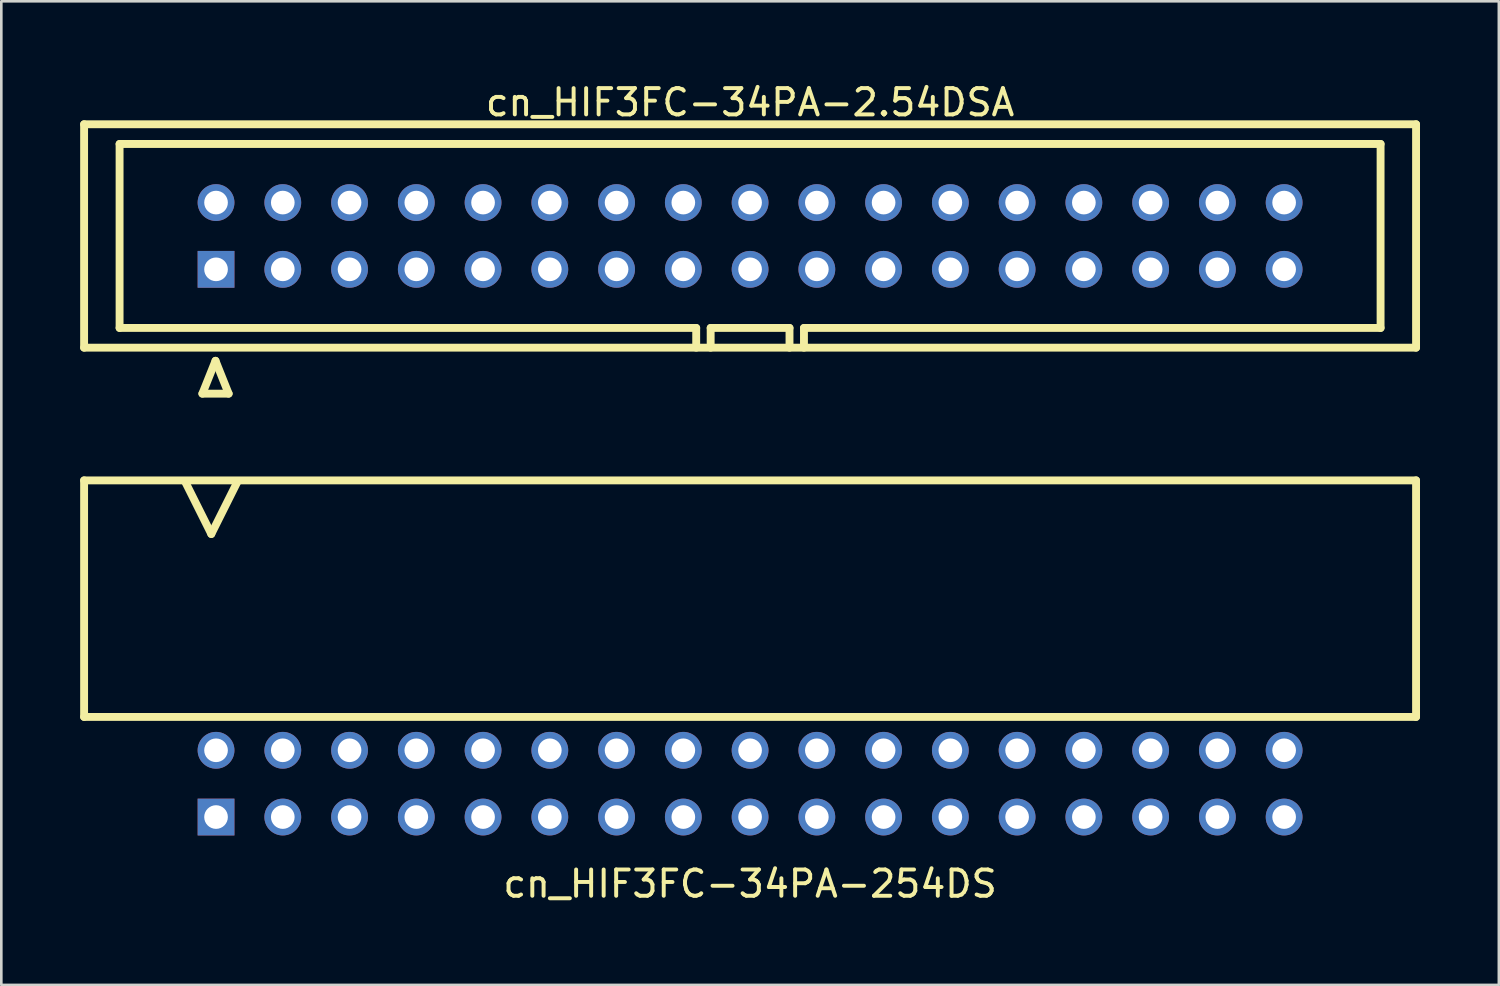
<source format=kicad_pcb>
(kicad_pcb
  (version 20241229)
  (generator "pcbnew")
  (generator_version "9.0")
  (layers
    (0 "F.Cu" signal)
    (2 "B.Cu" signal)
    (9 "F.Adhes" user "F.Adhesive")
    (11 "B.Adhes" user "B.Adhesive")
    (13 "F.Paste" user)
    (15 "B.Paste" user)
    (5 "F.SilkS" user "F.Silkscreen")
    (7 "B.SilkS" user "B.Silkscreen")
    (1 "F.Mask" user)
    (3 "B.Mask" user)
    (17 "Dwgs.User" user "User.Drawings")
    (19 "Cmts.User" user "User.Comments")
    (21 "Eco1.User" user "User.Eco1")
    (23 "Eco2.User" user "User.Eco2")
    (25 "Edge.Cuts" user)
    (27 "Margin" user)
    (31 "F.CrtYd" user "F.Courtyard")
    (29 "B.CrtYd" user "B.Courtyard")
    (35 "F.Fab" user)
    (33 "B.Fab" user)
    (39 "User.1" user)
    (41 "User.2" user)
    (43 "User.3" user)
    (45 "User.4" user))
  (footprint "cn_HIF3FC-34PA-254DS"
    (layer "F.Cu")
    (at 25.49 26.768)
    (property "Reference" "cn_HIF3FC-34PA-254DS" (at 0 3.81 0) (layer "F.SilkS") (effects (font (size 1 1) (thickness 0.15))))
    (attr through_hole)
    (fp_line (start -25.34 -11.54) (end -25.34 -2.54) (stroke (width 0.3) (type solid)) (layer "F.SilkS"))
    (fp_line (start -25.34 -2.54) (end 25.34 -2.54) (stroke (width 0.3) (type solid)) (layer "F.SilkS"))
    (fp_line (start -21.5 -11.5) (end -20.5 -9.5) (stroke (width 0.3) (type solid)) (layer "F.SilkS"))
    (fp_line (start -20.5 -9.5) (end -19.5 -11.5) (stroke (width 0.3) (type solid)) (layer "F.SilkS"))
    (fp_line (start 25.34 -11.54) (end -25.34 -11.54) (stroke (width 0.3) (type solid)) (layer "F.SilkS"))
    (fp_line (start 25.34 -2.54) (end 25.34 -11.54) (stroke (width 0.3) (type solid)) (layer "F.SilkS"))
    (pad "1" thru_hole rect (at -20.32 1.27) (size 1.4 1.4) (drill 0.9) (layers "*.Cu" "*.Mask"))
    (pad "2" thru_hole circle (at -20.32 -1.27) (size 1.4 1.4) (drill 0.9) (layers "*.Cu" "*.Mask"))
    (pad "3" thru_hole circle (at -17.78 1.27) (size 1.4 1.4) (drill 0.9) (layers "*.Cu" "*.Mask"))
    (pad "4" thru_hole circle (at -17.78 -1.27) (size 1.4 1.4) (drill 0.9) (layers "*.Cu" "*.Mask"))
    (pad "5" thru_hole circle (at -15.24 1.27) (size 1.4 1.4) (drill 0.9) (layers "*.Cu" "*.Mask"))
    (pad "6" thru_hole circle (at -15.24 -1.27) (size 1.4 1.4) (drill 0.9) (layers "*.Cu" "*.Mask"))
    (pad "7" thru_hole circle (at -12.7 1.27) (size 1.4 1.4) (drill 0.9) (layers "*.Cu" "*.Mask"))
    (pad "8" thru_hole circle (at -12.7 -1.27) (size 1.4 1.4) (drill 0.9) (layers "*.Cu" "*.Mask"))
    (pad "9" thru_hole circle (at -10.16 1.27) (size 1.4 1.4) (drill 0.9) (layers "*.Cu" "*.Mask"))
    (pad "10" thru_hole circle (at -10.16 -1.27) (size 1.4 1.4) (drill 0.9) (layers "*.Cu" "*.Mask"))
    (pad "11" thru_hole circle (at -7.62 1.27) (size 1.4 1.4) (drill 0.9) (layers "*.Cu" "*.Mask"))
    (pad "12" thru_hole circle (at -7.62 -1.27) (size 1.4 1.4) (drill 0.9) (layers "*.Cu" "*.Mask"))
    (pad "13" thru_hole circle (at -5.08 1.27) (size 1.4 1.4) (drill 0.9) (layers "*.Cu" "*.Mask"))
    (pad "14" thru_hole circle (at -5.08 -1.27) (size 1.4 1.4) (drill 0.9) (layers "*.Cu" "*.Mask"))
    (pad "15" thru_hole circle (at -2.54 1.27) (size 1.4 1.4) (drill 0.9) (layers "*.Cu" "*.Mask"))
    (pad "16" thru_hole circle (at -2.54 -1.27) (size 1.4 1.4) (drill 0.9) (layers "*.Cu" "*.Mask"))
    (pad "17" thru_hole circle (at 0 1.27) (size 1.4 1.4) (drill 0.9) (layers "*.Cu" "*.Mask"))
    (pad "18" thru_hole circle (at 0 -1.27) (size 1.4 1.4) (drill 0.9) (layers "*.Cu" "*.Mask"))
    (pad "19" thru_hole circle (at 2.54 1.27) (size 1.4 1.4) (drill 0.9) (layers "*.Cu" "*.Mask"))
    (pad "20" thru_hole circle (at 2.54 -1.27) (size 1.4 1.4) (drill 0.9) (layers "*.Cu" "*.Mask"))
    (pad "21" thru_hole circle (at 5.08 1.27) (size 1.4 1.4) (drill 0.9) (layers "*.Cu" "*.Mask"))
    (pad "22" thru_hole circle (at 5.08 -1.27) (size 1.4 1.4) (drill 0.9) (layers "*.Cu" "*.Mask"))
    (pad "23" thru_hole circle (at 7.62 1.27) (size 1.4 1.4) (drill 0.9) (layers "*.Cu" "*.Mask"))
    (pad "24" thru_hole circle (at 7.62 -1.27) (size 1.4 1.4) (drill 0.9) (layers "*.Cu" "*.Mask"))
    (pad "25" thru_hole circle (at 10.16 1.27) (size 1.4 1.4) (drill 0.9) (layers "*.Cu" "*.Mask"))
    (pad "26" thru_hole circle (at 10.16 -1.27) (size 1.4 1.4) (drill 0.9) (layers "*.Cu" "*.Mask"))
    (pad "27" thru_hole circle (at 12.7 1.27) (size 1.4 1.4) (drill 0.9) (layers "*.Cu" "*.Mask"))
    (pad "28" thru_hole circle (at 12.7 -1.27) (size 1.4 1.4) (drill 0.9) (layers "*.Cu" "*.Mask"))
    (pad "29" thru_hole circle (at 15.24 1.27) (size 1.4 1.4) (drill 0.9) (layers "*.Cu" "*.Mask"))
    (pad "30" thru_hole circle (at 15.24 -1.27) (size 1.4 1.4) (drill 0.9) (layers "*.Cu" "*.Mask"))
    (pad "31" thru_hole circle (at 17.78 1.27) (size 1.4 1.4) (drill 0.9) (layers "*.Cu" "*.Mask"))
    (pad "32" thru_hole circle (at 17.78 -1.27) (size 1.4 1.4) (drill 0.9) (layers "*.Cu" "*.Mask"))
    (pad "33" thru_hole circle (at 20.32 1.27) (size 1.4 1.4) (drill 0.9) (layers "*.Cu" "*.Mask"))
    (pad "34" thru_hole circle (at 20.32 -1.27) (size 1.4 1.4) (drill 0.9) (layers "*.Cu" "*.Mask")))
  (footprint "cn_HIF3FC-34PA-2.54DSA"
    (layer "F.Cu")
    (at 25.49 5.928)
    (property "Reference" "cn_HIF3FC-34PA-2.54DSA" (at 0 -5.08 0) (layer "F.SilkS") (effects (font (size 1 1) (thickness 0.15))))
    (attr through_hole)
    (fp_line (start -25.34 -4.25) (end -25.34 4.25) (stroke (width 0.3) (type solid)) (layer "F.SilkS"))
    (fp_line (start -25.34 4.25) (end 25.34 4.25) (stroke (width 0.3) (type solid)) (layer "F.SilkS"))
    (fp_line (start -23.99 -3.5) (end -23.99 3.5) (stroke (width 0.3) (type solid)) (layer "F.SilkS"))
    (fp_line (start -23.99 3.5) (end -2.05 3.5) (stroke (width 0.3) (type solid)) (layer "F.SilkS"))
    (fp_line (start -20.84 6) (end -19.84 6) (stroke (width 0.3) (type solid)) (layer "F.SilkS"))
    (fp_line (start -20.34 4.75) (end -20.84 6) (stroke (width 0.3) (type solid)) (layer "F.SilkS"))
    (fp_line (start -19.84 6) (end -20.34 4.75) (stroke (width 0.3) (type solid)) (layer "F.SilkS"))
    (fp_line (start -2.05 3.5) (end -2.05 4.25) (stroke (width 0.3) (type solid)) (layer "F.SilkS"))
    (fp_line (start -1.5 3.5) (end 1.5 3.5) (stroke (width 0.3) (type solid)) (layer "F.SilkS"))
    (fp_line (start -1.5 4.25) (end -1.5 3.5) (stroke (width 0.3) (type solid)) (layer "F.SilkS"))
    (fp_line (start 1.5 3.5) (end 1.5 4.25) (stroke (width 0.3) (type solid)) (layer "F.SilkS"))
    (fp_line (start 2.05 3.5) (end 23.99 3.5) (stroke (width 0.3) (type solid)) (layer "F.SilkS"))
    (fp_line (start 2.05 4.25) (end 2.05 3.5) (stroke (width 0.3) (type solid)) (layer "F.SilkS"))
    (fp_line (start 23.99 -3.5) (end -23.99 -3.5) (stroke (width 0.3) (type solid)) (layer "F.SilkS"))
    (fp_line (start 23.99 3.5) (end 23.99 -3.5) (stroke (width 0.3) (type solid)) (layer "F.SilkS"))
    (fp_line (start 25.34 -4.25) (end -25.34 -4.25) (stroke (width 0.3) (type solid)) (layer "F.SilkS"))
    (fp_line (start 25.34 4.25) (end 25.34 -4.25) (stroke (width 0.3) (type solid)) (layer "F.SilkS"))
    (pad "1" thru_hole rect (at -20.32 1.27) (size 1.4 1.4) (drill 0.9) (layers "*.Cu" "*.Mask"))
    (pad "2" thru_hole circle (at -20.32 -1.27) (size 1.4 1.4) (drill 0.9) (layers "*.Cu" "*.Mask"))
    (pad "3" thru_hole circle (at -17.78 1.27) (size 1.4 1.4) (drill 0.9) (layers "*.Cu" "*.Mask"))
    (pad "4" thru_hole circle (at -17.78 -1.27) (size 1.4 1.4) (drill 0.9) (layers "*.Cu" "*.Mask"))
    (pad "5" thru_hole circle (at -15.24 1.27) (size 1.4 1.4) (drill 0.9) (layers "*.Cu" "*.Mask"))
    (pad "6" thru_hole circle (at -15.24 -1.27) (size 1.4 1.4) (drill 0.9) (layers "*.Cu" "*.Mask"))
    (pad "7" thru_hole circle (at -12.7 1.27) (size 1.4 1.4) (drill 0.9) (layers "*.Cu" "*.Mask"))
    (pad "8" thru_hole circle (at -12.7 -1.27) (size 1.4 1.4) (drill 0.9) (layers "*.Cu" "*.Mask"))
    (pad "9" thru_hole circle (at -10.16 1.27) (size 1.4 1.4) (drill 0.9) (layers "*.Cu" "*.Mask"))
    (pad "10" thru_hole circle (at -10.16 -1.27) (size 1.4 1.4) (drill 0.9) (layers "*.Cu" "*.Mask"))
    (pad "11" thru_hole circle (at -7.62 1.27) (size 1.4 1.4) (drill 0.9) (layers "*.Cu" "*.Mask"))
    (pad "12" thru_hole circle (at -7.62 -1.27) (size 1.4 1.4) (drill 0.9) (layers "*.Cu" "*.Mask"))
    (pad "13" thru_hole circle (at -5.08 1.27) (size 1.4 1.4) (drill 0.9) (layers "*.Cu" "*.Mask"))
    (pad "14" thru_hole circle (at -5.08 -1.27) (size 1.4 1.4) (drill 0.9) (layers "*.Cu" "*.Mask"))
    (pad "15" thru_hole circle (at -2.54 1.27) (size 1.4 1.4) (drill 0.9) (layers "*.Cu" "*.Mask"))
    (pad "16" thru_hole circle (at -2.54 -1.27) (size 1.4 1.4) (drill 0.9) (layers "*.Cu" "*.Mask"))
    (pad "17" thru_hole circle (at 0 1.27) (size 1.4 1.4) (drill 0.9) (layers "*.Cu" "*.Mask"))
    (pad "18" thru_hole circle (at 0 -1.27) (size 1.4 1.4) (drill 0.9) (layers "*.Cu" "*.Mask"))
    (pad "19" thru_hole circle (at 2.54 1.27) (size 1.4 1.4) (drill 0.9) (layers "*.Cu" "*.Mask"))
    (pad "20" thru_hole circle (at 2.54 -1.27) (size 1.4 1.4) (drill 0.9) (layers "*.Cu" "*.Mask"))
    (pad "21" thru_hole circle (at 5.08 1.27) (size 1.4 1.4) (drill 0.9) (layers "*.Cu" "*.Mask"))
    (pad "22" thru_hole circle (at 5.08 -1.27) (size 1.4 1.4) (drill 0.9) (layers "*.Cu" "*.Mask"))
    (pad "23" thru_hole circle (at 7.62 1.27) (size 1.4 1.4) (drill 0.9) (layers "*.Cu" "*.Mask"))
    (pad "24" thru_hole circle (at 7.62 -1.27) (size 1.4 1.4) (drill 0.9) (layers "*.Cu" "*.Mask"))
    (pad "25" thru_hole circle (at 10.16 1.27) (size 1.4 1.4) (drill 0.9) (layers "*.Cu" "*.Mask"))
    (pad "26" thru_hole circle (at 10.16 -1.27) (size 1.4 1.4) (drill 0.9) (layers "*.Cu" "*.Mask"))
    (pad "27" thru_hole circle (at 12.7 1.27) (size 1.4 1.4) (drill 0.9) (layers "*.Cu" "*.Mask"))
    (pad "28" thru_hole circle (at 12.7 -1.27) (size 1.4 1.4) (drill 0.9) (layers "*.Cu" "*.Mask"))
    (pad "29" thru_hole circle (at 15.24 1.27) (size 1.4 1.4) (drill 0.9) (layers "*.Cu" "*.Mask"))
    (pad "30" thru_hole circle (at 15.24 -1.27) (size 1.4 1.4) (drill 0.9) (layers "*.Cu" "*.Mask"))
    (pad "31" thru_hole circle (at 17.78 1.27) (size 1.4 1.4) (drill 0.9) (layers "*.Cu" "*.Mask"))
    (pad "32" thru_hole circle (at 17.78 -1.27) (size 1.4 1.4) (drill 0.9) (layers "*.Cu" "*.Mask"))
    (pad "33" thru_hole circle (at 20.32 1.27) (size 1.4 1.4) (drill 0.9) (layers "*.Cu" "*.Mask"))
    (pad "34" thru_hole circle (at 20.32 -1.27) (size 1.4 1.4) (drill 0.9) (layers "*.Cu" "*.Mask")))
  (gr_rect
    (start -3 -3)
    (end 53.98 34.426)
    (stroke (width 0.1) (type default))
    (fill no)
    (layer "Edge.Cuts")))
</source>
